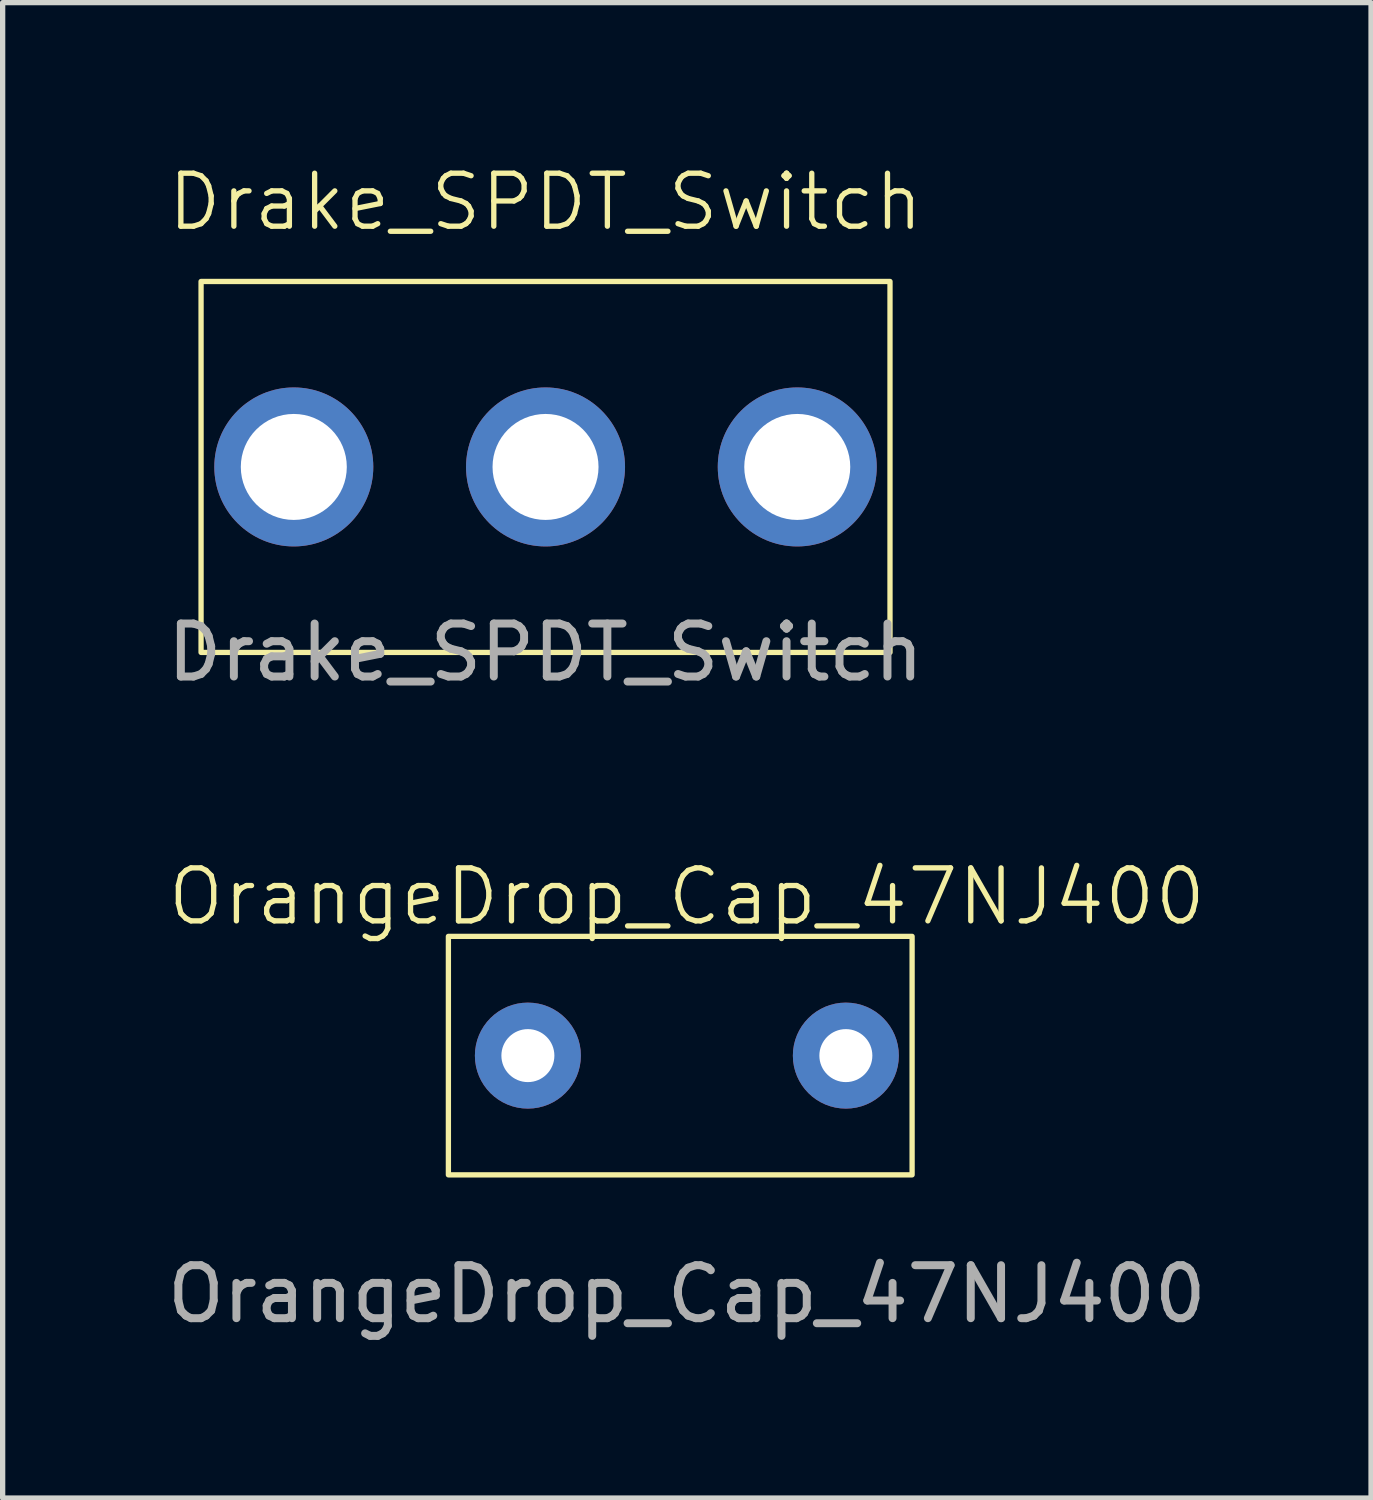
<source format=kicad_pcb>
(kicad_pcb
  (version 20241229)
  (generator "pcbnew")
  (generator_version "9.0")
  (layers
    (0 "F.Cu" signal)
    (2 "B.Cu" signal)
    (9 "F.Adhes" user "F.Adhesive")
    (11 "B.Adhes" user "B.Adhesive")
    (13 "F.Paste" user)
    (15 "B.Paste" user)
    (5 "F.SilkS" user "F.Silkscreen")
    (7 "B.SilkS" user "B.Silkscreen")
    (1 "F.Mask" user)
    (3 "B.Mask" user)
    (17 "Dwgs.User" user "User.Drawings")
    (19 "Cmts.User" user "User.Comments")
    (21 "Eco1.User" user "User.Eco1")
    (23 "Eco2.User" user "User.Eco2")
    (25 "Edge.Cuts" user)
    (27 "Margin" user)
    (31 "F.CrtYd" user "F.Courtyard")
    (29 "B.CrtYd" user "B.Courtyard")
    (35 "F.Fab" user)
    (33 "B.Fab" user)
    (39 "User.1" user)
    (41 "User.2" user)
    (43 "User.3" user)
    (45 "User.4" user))
  (footprint "Drake_SPDT_Switch"
    (layer "F.Cu")
    (at 7.244 5.761)
    (property "Reference" "Drake_SPDT_Switch" (at 0 -5 0) (unlocked yes) (layer "F.SilkS") (effects (font (size 1 1) (thickness 0.1))))
    (attr through_hole)
    (fp_rect (start -6.5 -3.5) (end 6.5 3.5) (stroke (width 0.1) (type default)) (fill no) (layer "F.SilkS"))
    (fp_text user "${REFERENCE}" (at 0 3.5 0) (unlocked yes) (layer "F.Fab") (effects (font (size 1 1) (thickness 0.15))))
    (pad "1" thru_hole circle (at -4.75 0) (size 3 3) (drill 2) (layers "*.Cu" "*.Mask"))
    (pad "2" thru_hole circle (at 0 0) (size 3 3) (drill 2) (layers "*.Cu" "*.Mask"))
    (pad "3" thru_hole circle (at 4.75 0) (size 3 3) (drill 2) (layers "*.Cu" "*.Mask")))
  (footprint "OrangeDrop_Cap_47NJ400"
    (layer "F.Cu")
    (at 9.911 16.869)
    (property "Reference" "OrangeDrop_Cap_47NJ400" (at 0 -3 0) (unlocked yes) (layer "F.SilkS") (effects (font (size 1 1) (thickness 0.1))))
    (attr through_hole)
    (fp_rect (start -4.5 -2.25) (end 4.25 2.25) (stroke (width 0.1) (type default)) (fill no) (layer "F.SilkS"))
    (fp_text user "${REFERENCE}" (at 0 4.5 0) (unlocked yes) (layer "F.Fab") (effects (font (size 1 1) (thickness 0.15))))
    (pad "1" thru_hole circle (at -3 0) (size 2 2) (drill 1) (layers "*.Cu" "*.Mask"))
    (pad "2" thru_hole circle (at 3 0) (size 2 2) (drill 1) (layers "*.Cu" "*.Mask")))
  (gr_rect
    (start -3 -3)
    (end 22.821 25.218)
    (stroke (width 0.1) (type default))
    (fill no)
    (layer "Edge.Cuts")))
</source>
